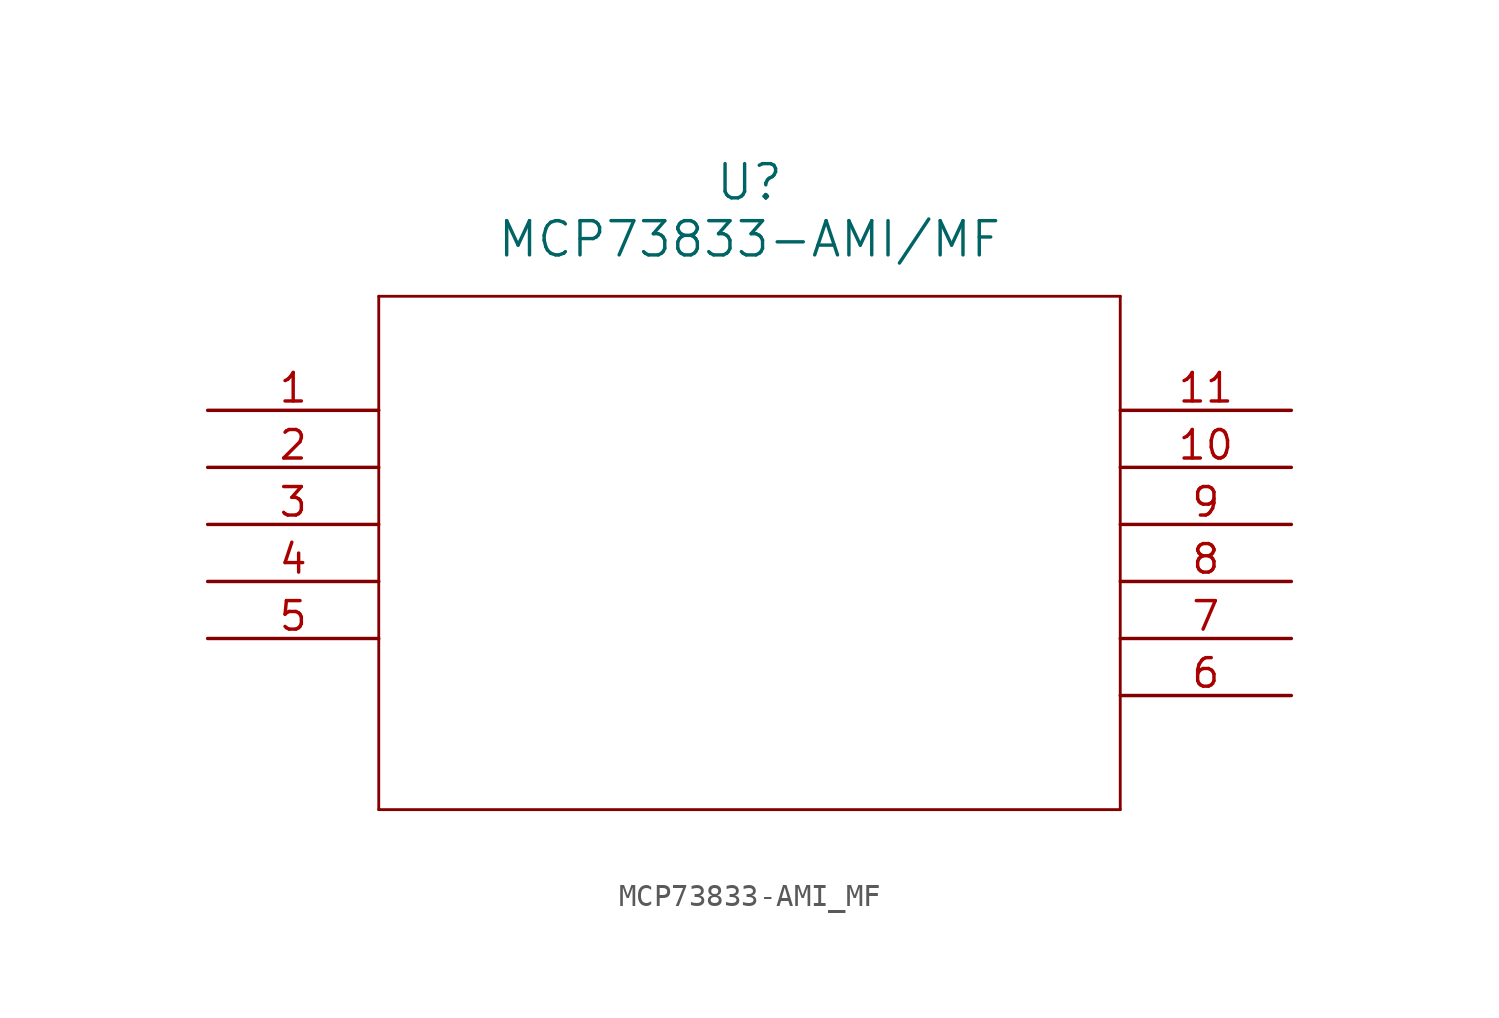
<source format=kicad_sym>
(kicad_symbol_lib
  (version 20211014)
  (generator kicad_symbol_editor)
  (symbol "MCP73833-AMI_MF"
    (pin_names
      (offset 0.254))
    (property "Reference" "U"
      (at 24.13 10.16 0)
      (effects (font (size 1.524 1.524))))
    (property "Value" "MCP73833-AMI/MF"
      (at 24.13 7.62 0)
      (effects (font (size 1.524 1.524))))
    (symbol "MCP73833-AMI_MF_0_1"
      (polyline (pts (xy 7.62 5.08) (xy 7.62 -17.78)) (stroke (width 0.127) (type default) (color 0 0 0 0)) (fill (type none)))
      (polyline (pts (xy 7.62 -17.78) (xy 40.64 -17.78)) (stroke (width 0.127) (type default) (color 0 0 0 0)) (fill (type none)))
      (polyline (pts (xy 40.64 -17.78) (xy 40.64 5.08)) (stroke (width 0.127) (type default) (color 0 0 0 0)) (fill (type none)))
      (polyline (pts (xy 40.64 5.08) (xy 7.62 5.08)) (stroke (width 0.127) (type default) (color 0 0 0 0)) (fill (type none)))
      (pin unspecified line (at 0 0 0) (length 7.62) (name "" (effects (font (size 1.27 1.27)))) (number "1" (effects (font (size 1.27 1.27)))))
      (pin unspecified line (at 0 -2.54 0) (length 7.62) (name "" (effects (font (size 1.27 1.27)))) (number "2" (effects (font (size 1.27 1.27)))))
      (pin unspecified line (at 0 -5.08 0) (length 7.62) (name "" (effects (font (size 1.27 1.27)))) (number "3" (effects (font (size 1.27 1.27)))))
      (pin unspecified line (at 0 -7.62 0) (length 7.62) (name "" (effects (font (size 1.27 1.27)))) (number "4" (effects (font (size 1.27 1.27)))))
      (pin unspecified line (at 0 -10.16 0) (length 7.62) (name "" (effects (font (size 1.27 1.27)))) (number "5" (effects (font (size 1.27 1.27)))))
      (pin unspecified line (at 48.26 -12.7 180) (length 7.62) (name "" (effects (font (size 1.27 1.27)))) (number "6" (effects (font (size 1.27 1.27)))))
      (pin unspecified line (at 48.26 -10.16 180) (length 7.62) (name "" (effects (font (size 1.27 1.27)))) (number "7" (effects (font (size 1.27 1.27)))))
      (pin unspecified line (at 48.26 -7.62 180) (length 7.62) (name "" (effects (font (size 1.27 1.27)))) (number "8" (effects (font (size 1.27 1.27)))))
      (pin unspecified line (at 48.26 -5.08 180) (length 7.62) (name "" (effects (font (size 1.27 1.27)))) (number "9" (effects (font (size 1.27 1.27)))))
      (pin unspecified line (at 48.26 -2.54 180) (length 7.62) (name "" (effects (font (size 1.27 1.27)))) (number "10" (effects (font (size 1.27 1.27)))))
      (pin unspecified line (at 48.26 0 180) (length 7.62) (name "" (effects (font (size 1.27 1.27)))) (number "11" (effects (font (size 1.27 1.27))))))))
</source>
